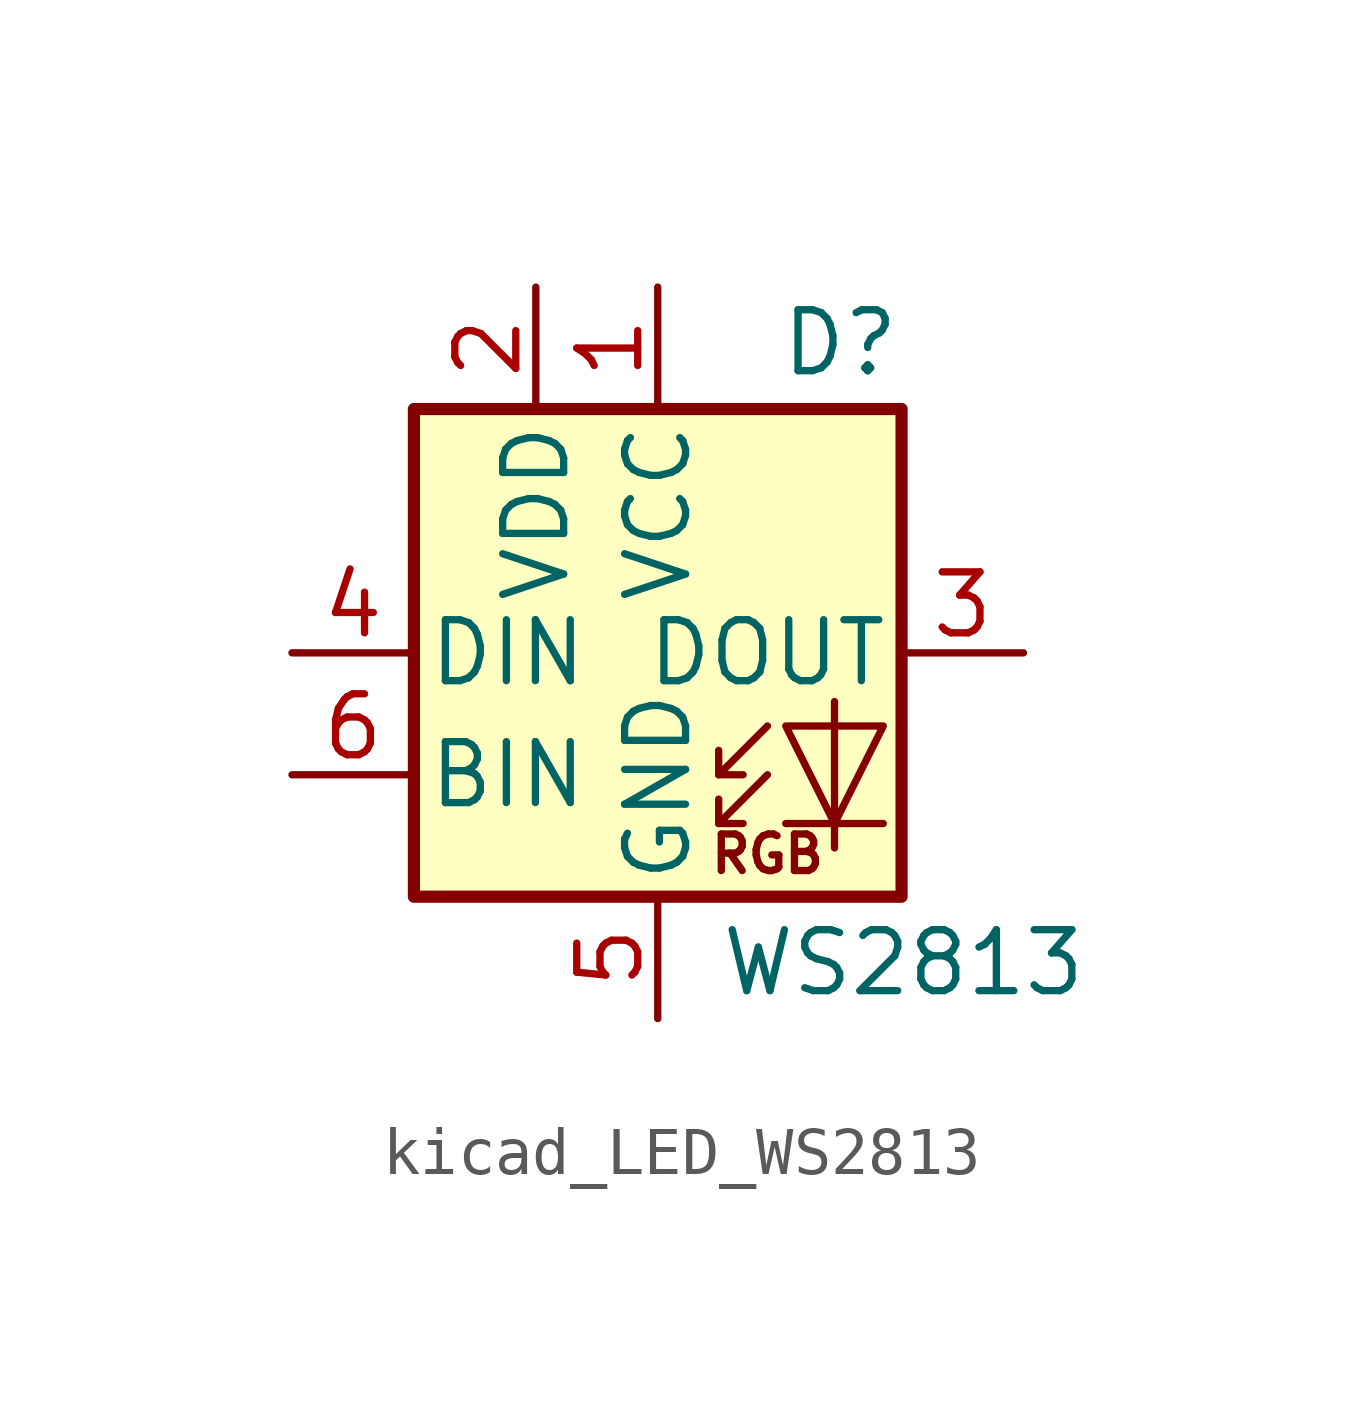
<source format=kicad_sym>
(kicad_symbol_lib
  (version 20220914)
  (generator kicad_symbol_editor)
  (symbol "kicad_LED_WS2813"
    (pin_names
      (offset 0.254))
    (property "Reference" "D"
      (at 5.08 5.715 0)
      (effects (font (size 1.27 1.27)) (justify right bottom)))
    (property "Value" "WS2813"
      (at 1.27 -5.715 0)
      (effects (font (size 1.27 1.27)) (justify left top)))
    (symbol "kicad_LED_WS2813_0_0"
      (text "RGB" (at 2.286 -4.191 0) (effects (font (size 0.762 0.762)))))
    (symbol "kicad_LED_WS2813_0_1"
      (polyline (pts (xy 1.27 -3.556) (xy 1.778 -3.556)) (stroke (width 0) (type default)) (fill (type none)))
      (polyline (pts (xy 1.27 -2.54) (xy 1.778 -2.54)) (stroke (width 0) (type default)) (fill (type none)))
      (polyline (pts (xy 4.699 -3.556) (xy 2.667 -3.556)) (stroke (width 0) (type default)) (fill (type none)))
      (polyline (pts (xy 2.286 -2.54) (xy 1.27 -3.556) (xy 1.27 -3.048)) (stroke (width 0) (type default)) (fill (type none)))
      (polyline (pts (xy 2.286 -1.524) (xy 1.27 -2.54) (xy 1.27 -2.032)) (stroke (width 0) (type default)) (fill (type none)))
      (polyline (pts (xy 3.683 -1.016) (xy 3.683 -3.556) (xy 3.683 -4.064)) (stroke (width 0) (type default)) (fill (type none)))
      (polyline (pts (xy 4.699 -1.524) (xy 2.667 -1.524) (xy 3.683 -3.556) (xy 4.699 -1.524)) (stroke (width 0) (type default)) (fill (type none)))
      (rectangle (start 5.08 5.08) (end -5.08 -5.08) (stroke (width 0.254) (type default)) (fill (type background))))
    (symbol "kicad_LED_WS2813_1_1"
      (pin power_in line (at 0 7.62 270) (length 2.54) (name "VCC" (effects (font (size 1.27 1.27)))) (number "1" (effects (font (size 1.27 1.27)))))
      (pin power_in line (at -2.54 7.62 270) (length 2.54) (name "VDD" (effects (font (size 1.27 1.27)))) (number "2" (effects (font (size 1.27 1.27)))))
      (pin output line (at 7.62 0 180) (length 2.54) (name "DOUT" (effects (font (size 1.27 1.27)))) (number "3" (effects (font (size 1.27 1.27)))))
      (pin input line (at -7.62 0 0) (length 2.54) (name "DIN" (effects (font (size 1.27 1.27)))) (number "4" (effects (font (size 1.27 1.27)))))
      (pin power_in line (at 0 -7.62 90) (length 2.54) (name "GND" (effects (font (size 1.27 1.27)))) (number "5" (effects (font (size 1.27 1.27)))))
      (pin input line (at -7.62 -2.54 0) (length 2.54) (name "BIN" (effects (font (size 1.27 1.27)))) (number "6" (effects (font (size 1.27 1.27))))))))
</source>
